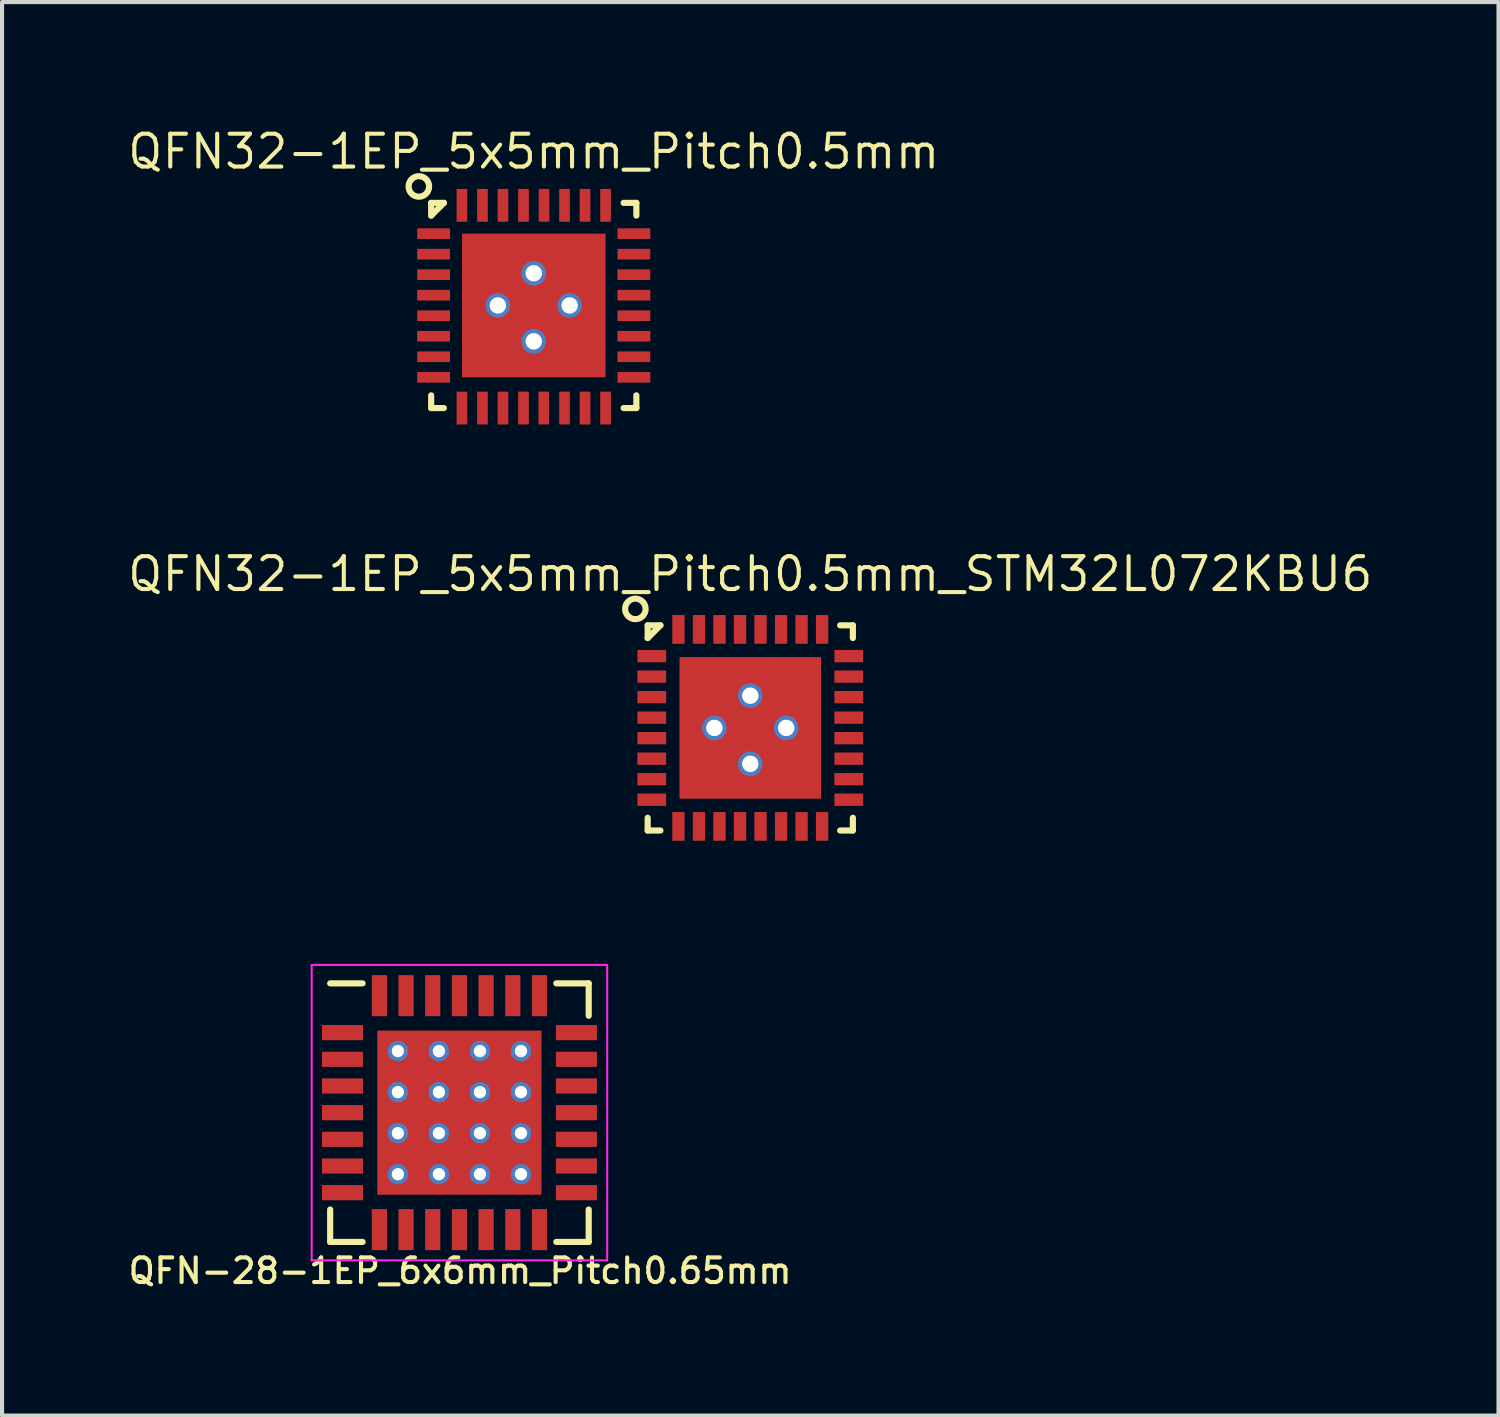
<source format=kicad_pcb>
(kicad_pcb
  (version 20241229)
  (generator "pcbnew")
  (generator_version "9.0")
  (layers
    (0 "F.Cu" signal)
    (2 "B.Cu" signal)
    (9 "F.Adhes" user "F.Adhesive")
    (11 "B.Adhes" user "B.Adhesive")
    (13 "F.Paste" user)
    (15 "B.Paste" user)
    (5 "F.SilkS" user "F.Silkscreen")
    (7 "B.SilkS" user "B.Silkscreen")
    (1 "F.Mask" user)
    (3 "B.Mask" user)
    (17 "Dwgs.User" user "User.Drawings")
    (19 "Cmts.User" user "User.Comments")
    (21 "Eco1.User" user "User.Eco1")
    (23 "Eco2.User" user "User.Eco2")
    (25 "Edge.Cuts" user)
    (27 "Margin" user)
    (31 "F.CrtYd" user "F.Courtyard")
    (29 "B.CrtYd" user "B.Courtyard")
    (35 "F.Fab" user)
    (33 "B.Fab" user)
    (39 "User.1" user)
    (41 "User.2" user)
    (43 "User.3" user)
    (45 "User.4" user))
  (footprint "QFN-28-1EP_6x6mm_Pitch0.65mm"
    (layer "F.Cu")
    (at 8.145 24.062)
    (property "Reference" "QFN-28-1EP_6x6mm_Pitch0.65mm" (at 0.016 3.855 180) (layer "F.SilkS") (effects (font (size 0.6 0.6) (thickness 0.1))))
    (attr smd)
    (fp_line (start -3.15 -3.15) (end -2.36 -3.15) (stroke (width 0.15) (type solid)) (layer "F.SilkS"))
    (fp_line (start -3.15 3.15) (end -3.15 2.36) (stroke (width 0.15) (type solid)) (layer "F.SilkS"))
    (fp_line (start -3.15 3.15) (end -2.36 3.15) (stroke (width 0.15) (type solid)) (layer "F.SilkS"))
    (fp_line (start 3.15 -3.15) (end 2.36 -3.15) (stroke (width 0.15) (type solid)) (layer "F.SilkS"))
    (fp_line (start 3.15 -3.15) (end 3.15 -2.36) (stroke (width 0.15) (type solid)) (layer "F.SilkS"))
    (fp_line (start 3.15 3.15) (end 2.36 3.15) (stroke (width 0.15) (type solid)) (layer "F.SilkS"))
    (fp_line (start 3.15 3.15) (end 3.15 2.36) (stroke (width 0.15) (type solid)) (layer "F.SilkS"))
    (fp_circle (center -1 -1) (end -0.85 -1) (stroke (width 0.5) (type solid)) (fill no) (layer "F.Paste"))
    (fp_circle (center -1 0) (end -0.85 0) (stroke (width 0.5) (type solid)) (fill no) (layer "F.Paste"))
    (fp_circle (center -1 1) (end -0.85 1) (stroke (width 0.5) (type solid)) (fill no) (layer "F.Paste"))
    (fp_circle (center 0 -1) (end 0.15 -1) (stroke (width 0.5) (type solid)) (fill no) (layer "F.Paste"))
    (fp_circle (center 0 0) (end 0.15 0) (stroke (width 0.5) (type solid)) (fill no) (layer "F.Paste"))
    (fp_circle (center 0 1) (end 0.15 1) (stroke (width 0.5) (type solid)) (fill no) (layer "F.Paste"))
    (fp_circle (center 1 -1) (end 1.15 -1) (stroke (width 0.5) (type solid)) (fill no) (layer "F.Paste"))
    (fp_circle (center 1 0) (end 1.15 0) (stroke (width 0.5) (type solid)) (fill no) (layer "F.Paste"))
    (fp_circle (center 1 1) (end 1.15 1) (stroke (width 0.5) (type solid)) (fill no) (layer "F.Paste"))
    (fp_line (start -3.6 -3.6) (end -3.6 3.6) (stroke (width 0.05) (type solid)) (layer "F.CrtYd"))
    (fp_line (start -3.6 -3.6) (end 3.6 -3.6) (stroke (width 0.05) (type solid)) (layer "F.CrtYd"))
    (fp_line (start -3.6 3.6) (end 3.6 3.6) (stroke (width 0.05) (type solid)) (layer "F.CrtYd"))
    (fp_line (start 3.6 -3.6) (end 3.6 3.6) (stroke (width 0.05) (type solid)) (layer "F.CrtYd"))
    (pad "1" smd rect (at -2.85 -1.95) (size 1 0.37) (layers "F.Cu" "F.Mask" "F.Paste"))
    (pad "2" smd rect (at -2.85 -1.3) (size 1 0.37) (layers "F.Cu" "F.Mask" "F.Paste"))
    (pad "3" smd rect (at -2.85 -0.65) (size 1 0.37) (layers "F.Cu" "F.Mask" "F.Paste"))
    (pad "4" smd rect (at -2.85 0) (size 1 0.37) (layers "F.Cu" "F.Mask" "F.Paste"))
    (pad "5" smd rect (at -2.85 0.65) (size 1 0.37) (layers "F.Cu" "F.Mask" "F.Paste"))
    (pad "6" smd rect (at -2.85 1.3) (size 1 0.37) (layers "F.Cu" "F.Mask" "F.Paste"))
    (pad "7" smd rect (at -2.85 1.95) (size 1 0.37) (layers "F.Cu" "F.Mask" "F.Paste"))
    (pad "8" smd rect (at -1.95 2.85 90) (size 1 0.37) (layers "F.Cu" "F.Mask" "F.Paste"))
    (pad "9" smd rect (at -1.3 2.85 90) (size 1 0.37) (layers "F.Cu" "F.Mask" "F.Paste"))
    (pad "10" smd rect (at -0.65 2.85 90) (size 1 0.37) (layers "F.Cu" "F.Mask" "F.Paste"))
    (pad "11" smd rect (at 0 2.85 90) (size 1 0.37) (layers "F.Cu" "F.Mask" "F.Paste"))
    (pad "12" smd rect (at 0.65 2.85 90) (size 1 0.37) (layers "F.Cu" "F.Mask" "F.Paste"))
    (pad "13" smd rect (at 1.3 2.85 90) (size 1 0.37) (layers "F.Cu" "F.Mask" "F.Paste"))
    (pad "14" smd rect (at 1.95 2.85 90) (size 1 0.37) (layers "F.Cu" "F.Mask" "F.Paste"))
    (pad "15" smd rect (at 2.85 1.95) (size 1 0.37) (layers "F.Cu" "F.Mask" "F.Paste"))
    (pad "16" smd rect (at 2.85 1.3) (size 1 0.37) (layers "F.Cu" "F.Mask" "F.Paste"))
    (pad "17" smd rect (at 2.85 0.65) (size 1 0.37) (layers "F.Cu" "F.Mask" "F.Paste"))
    (pad "18" smd rect (at 2.85 0) (size 1 0.37) (layers "F.Cu" "F.Mask" "F.Paste"))
    (pad "19" smd rect (at 2.85 -0.65) (size 1 0.37) (layers "F.Cu" "F.Mask" "F.Paste"))
    (pad "20" smd rect (at 2.85 -1.3) (size 1 0.37) (layers "F.Cu" "F.Mask" "F.Paste"))
    (pad "21" smd rect (at 2.85 -1.95) (size 1 0.37) (layers "F.Cu" "F.Mask" "F.Paste"))
    (pad "22" smd rect (at 1.95 -2.85 90) (size 1 0.37) (layers "F.Cu" "F.Mask" "F.Paste"))
    (pad "23" smd rect (at 1.3 -2.85 90) (size 1 0.37) (layers "F.Cu" "F.Mask" "F.Paste"))
    (pad "24" smd rect (at 0.65 -2.85 90) (size 1 0.37) (layers "F.Cu" "F.Mask" "F.Paste"))
    (pad "25" smd rect (at 0 -2.85 90) (size 1 0.37) (layers "F.Cu" "F.Mask" "F.Paste"))
    (pad "26" smd rect (at -0.65 -2.85 90) (size 1 0.37) (layers "F.Cu" "F.Mask" "F.Paste"))
    (pad "27" smd rect (at -1.3 -2.85 90) (size 1 0.37) (layers "F.Cu" "F.Mask" "F.Paste"))
    (pad "28" smd rect (at -1.95 -2.85 90) (size 1 0.37) (layers "F.Cu" "F.Mask" "F.Paste"))
    (pad "29" thru_hole circle (at -1.5 -1.5) (size 0.5 0.5) (drill 0.3) (layers "*.Cu" "F.Mask"))
    (pad "29" thru_hole circle (at -1.5 -0.5) (size 0.5 0.5) (drill 0.3) (layers "*.Cu" "F.Mask"))
    (pad "29" thru_hole circle (at -1.5 0.5) (size 0.5 0.5) (drill 0.3) (layers "*.Cu" "F.Mask"))
    (pad "29" thru_hole circle (at -1.5 1.5) (size 0.5 0.5) (drill 0.3) (layers "*.Cu" "F.Mask"))
    (pad "29" thru_hole circle (at -0.5 -1.5) (size 0.5 0.5) (drill 0.3) (layers "*.Cu" "F.Mask"))
    (pad "29" thru_hole circle (at -0.5 -0.5) (size 0.5 0.5) (drill 0.3) (layers "*.Cu" "F.Mask"))
    (pad "29" thru_hole circle (at -0.5 0.5) (size 0.5 0.5) (drill 0.3) (layers "*.Cu" "F.Mask"))
    (pad "29" thru_hole circle (at -0.5 1.5) (size 0.5 0.5) (drill 0.3) (layers "*.Cu" "F.Mask"))
    (pad "29" smd rect (at 0 0) (size 4 4) (layers "F.Cu" "F.Mask"))
    (pad "29" thru_hole circle (at 0.5 -1.5) (size 0.5 0.5) (drill 0.3) (layers "*.Cu" "F.Mask"))
    (pad "29" thru_hole circle (at 0.5 -0.5) (size 0.5 0.5) (drill 0.3) (layers "*.Cu" "F.Mask"))
    (pad "29" thru_hole circle (at 0.5 0.5) (size 0.5 0.5) (drill 0.3) (layers "*.Cu" "F.Mask"))
    (pad "29" thru_hole circle (at 0.5 1.5) (size 0.5 0.5) (drill 0.3) (layers "*.Cu" "F.Mask"))
    (pad "29" thru_hole circle (at 1.5 -1.5) (size 0.5 0.5) (drill 0.3) (layers "*.Cu" "F.Mask"))
    (pad "29" thru_hole circle (at 1.5 -0.5) (size 0.5 0.5) (drill 0.3) (layers "*.Cu" "F.Mask"))
    (pad "29" thru_hole circle (at 1.5 0.5) (size 0.5 0.5) (drill 0.3) (layers "*.Cu" "F.Mask"))
    (pad "29" thru_hole circle (at 1.5 1.5) (size 0.5 0.5) (drill 0.3) (layers "*.Cu" "F.Mask")))
  (footprint "QFN32-1EP_5x5mm_Pitch0.5mm_STM32L072KBU6"
    (layer "F.Cu")
    (at 15.232 14.687)
    (property "Reference" "QFN32-1EP_5x5mm_Pitch0.5mm_STM32L072KBU6" (at 0 -3.75 180) (layer "F.SilkS") (effects (font (size 0.8 0.8) (thickness 0.1))))
    (attr through_hole)
    (fp_line (start -2.5 -2.5) (end -2.19 -2.5) (stroke (width 0.15) (type solid)) (layer "F.SilkS"))
    (fp_line (start -2.5 -2.19) (end -2.5 -2.5) (stroke (width 0.15) (type solid)) (layer "F.SilkS"))
    (fp_line (start -2.5 -2.19) (end -2.19 -2.5) (stroke (width 0.15) (type solid)) (layer "F.SilkS"))
    (fp_line (start -2.5 2.5) (end -2.5 2.19) (stroke (width 0.15) (type solid)) (layer "F.SilkS"))
    (fp_line (start -2.19 2.5) (end -2.5 2.5) (stroke (width 0.15) (type solid)) (layer "F.SilkS"))
    (fp_line (start 2.19 -2.5) (end 2.5 -2.5) (stroke (width 0.15) (type solid)) (layer "F.SilkS"))
    (fp_line (start 2.5 -2.5) (end 2.5 -2.19) (stroke (width 0.15) (type solid)) (layer "F.SilkS"))
    (fp_line (start 2.5 2.19) (end 2.5 2.5) (stroke (width 0.15) (type solid)) (layer "F.SilkS"))
    (fp_line (start 2.5 2.5) (end 2.19 2.5) (stroke (width 0.15) (type solid)) (layer "F.SilkS"))
    (fp_circle (center -2.8 -2.9) (end -2.55 -2.9) (stroke (width 0.15) (type solid)) (fill no) (layer "F.SilkS"))
    (fp_line (start -2.5 -2.5) (end 2.5 -2.5) (stroke (width 0.15) (type solid)) (layer "Eco2.User"))
    (fp_line (start -2.5 2.5) (end -2.5 -2.5) (stroke (width 0.15) (type solid)) (layer "Eco2.User"))
    (fp_line (start 2.5 -2.5) (end 2.5 2.5) (stroke (width 0.15) (type solid)) (layer "Eco2.User"))
    (fp_line (start 2.5 2.5) (end -2.5 2.5) (stroke (width 0.15) (type solid)) (layer "Eco2.User"))
    (pad "1" smd rect (at -2.4 -1.75) (size 0.7 0.3) (layers "F.Cu" "F.Mask" "F.Paste"))
    (pad "2" smd rect (at -2.4 -1.25) (size 0.7 0.3) (layers "F.Cu" "F.Mask" "F.Paste"))
    (pad "3" smd rect (at -2.4 -0.75) (size 0.7 0.3) (layers "F.Cu" "F.Mask" "F.Paste"))
    (pad "4" smd rect (at -2.4 -0.25) (size 0.7 0.3) (layers "F.Cu" "F.Mask" "F.Paste"))
    (pad "5" smd rect (at -2.4 0.25) (size 0.7 0.3) (layers "F.Cu" "F.Mask" "F.Paste"))
    (pad "6" smd rect (at -2.4 0.75) (size 0.7 0.3) (layers "F.Cu" "F.Mask" "F.Paste"))
    (pad "7" smd rect (at -2.4 1.25) (size 0.7 0.3) (layers "F.Cu" "F.Mask" "F.Paste"))
    (pad "8" smd rect (at -2.4 1.75) (size 0.7 0.3) (layers "F.Cu" "F.Mask" "F.Paste"))
    (pad "9" smd rect (at -1.75 2.4 90) (size 0.7 0.3) (layers "F.Cu" "F.Mask" "F.Paste"))
    (pad "10" smd rect (at -1.25 2.4 90) (size 0.7 0.3) (layers "F.Cu" "F.Mask" "F.Paste"))
    (pad "11" smd rect (at -0.75 2.4 90) (size 0.7 0.3) (layers "F.Cu" "F.Mask" "F.Paste"))
    (pad "12" smd rect (at -0.25 2.4 90) (size 0.7 0.3) (layers "F.Cu" "F.Mask" "F.Paste"))
    (pad "13" smd rect (at 0.25 2.4 90) (size 0.7 0.3) (layers "F.Cu" "F.Mask" "F.Paste"))
    (pad "14" smd rect (at 0.75 2.4 90) (size 0.7 0.3) (layers "F.Cu" "F.Mask" "F.Paste"))
    (pad "15" smd rect (at 1.25 2.4 90) (size 0.7 0.3) (layers "F.Cu" "F.Mask" "F.Paste"))
    (pad "16" smd rect (at 1.75 2.4 90) (size 0.7 0.3) (layers "F.Cu" "F.Mask" "F.Paste"))
    (pad "17" smd rect (at 2.4 1.75) (size 0.7 0.3) (layers "F.Cu" "F.Mask" "F.Paste"))
    (pad "18" smd rect (at 2.4 1.25) (size 0.7 0.3) (layers "F.Cu" "F.Mask" "F.Paste"))
    (pad "19" smd rect (at 2.4 0.75) (size 0.7 0.3) (layers "F.Cu" "F.Mask" "F.Paste"))
    (pad "20" smd rect (at 2.4 0.25) (size 0.7 0.3) (layers "F.Cu" "F.Mask" "F.Paste"))
    (pad "21" smd rect (at 2.4 -0.25) (size 0.7 0.3) (layers "F.Cu" "F.Mask" "F.Paste"))
    (pad "22" smd rect (at 2.4 -0.75) (size 0.7 0.3) (layers "F.Cu" "F.Mask" "F.Paste"))
    (pad "23" smd rect (at 2.4 -1.25) (size 0.7 0.3) (layers "F.Cu" "F.Mask" "F.Paste"))
    (pad "24" smd rect (at 2.4 -1.75) (size 0.7 0.3) (layers "F.Cu" "F.Mask" "F.Paste"))
    (pad "25" smd rect (at 1.75 -2.4 90) (size 0.7 0.3) (layers "F.Cu" "F.Mask" "F.Paste"))
    (pad "26" smd rect (at 1.25 -2.4 90) (size 0.7 0.3) (layers "F.Cu" "F.Mask" "F.Paste"))
    (pad "27" smd rect (at 0.75 -2.4 90) (size 0.7 0.3) (layers "F.Cu" "F.Mask" "F.Paste"))
    (pad "28" smd rect (at 0.25 -2.4 90) (size 0.7 0.3) (layers "F.Cu" "F.Mask" "F.Paste"))
    (pad "29" smd rect (at -0.25 -2.4 90) (size 0.7 0.3) (layers "F.Cu" "F.Mask" "F.Paste"))
    (pad "30" smd rect (at -0.75 -2.4 90) (size 0.7 0.3) (layers "F.Cu" "F.Mask" "F.Paste"))
    (pad "31" smd rect (at -1.25 -2.4 90) (size 0.7 0.3) (layers "F.Cu" "F.Mask" "F.Paste"))
    (pad "32" smd rect (at -1.75 -2.4 90) (size 0.7 0.3) (layers "F.Cu" "F.Mask" "F.Paste"))
    (pad "33" smd rect (at -0.875 -0.875 90) (size 1.3 1.3) (layers "F.Cu" "F.Paste"))
    (pad "33" thru_hole circle (at -0.875 0 90) (size 0.6 0.6) (drill 0.4) (layers "*.Cu"))
    (pad "33" smd rect (at -0.875 0.875 90) (size 1.3 1.3) (layers "F.Cu" "F.Paste"))
    (pad "33" thru_hole circle (at 0 -0.785 90) (size 0.6 0.6) (drill 0.4) (layers "*.Cu"))
    (pad "33" smd rect (at 0 0 90) (size 3.45 3.45) (layers "F.Cu" "F.Mask"))
    (pad "33" thru_hole circle (at 0 0.875 90) (size 0.6 0.6) (drill 0.4) (layers "*.Cu"))
    (pad "33" smd rect (at 0.875 -0.875 90) (size 1.3 1.3) (layers "F.Cu" "F.Paste"))
    (pad "33" thru_hole circle (at 0.875 0 90) (size 0.6 0.6) (drill 0.4) (layers "*.Cu"))
    (pad "33" smd rect (at 0.875 0.875 90) (size 1.3 1.3) (layers "F.Cu" "F.Paste")))
  (footprint "QFN32-1EP_5x5mm_Pitch0.5mm"
    (layer "F.Cu")
    (at 9.956 4.393)
    (property "Reference" "QFN32-1EP_5x5mm_Pitch0.5mm" (at 0 -3.75 180) (layer "F.SilkS") (effects (font (size 0.8 0.8) (thickness 0.1))))
    (attr through_hole)
    (fp_line (start -2.5 -2.5) (end -2.19 -2.5) (stroke (width 0.15) (type solid)) (layer "F.SilkS"))
    (fp_line (start -2.5 -2.19) (end -2.5 -2.5) (stroke (width 0.15) (type solid)) (layer "F.SilkS"))
    (fp_line (start -2.5 -2.19) (end -2.19 -2.5) (stroke (width 0.15) (type solid)) (layer "F.SilkS"))
    (fp_line (start -2.5 2.5) (end -2.5 2.19) (stroke (width 0.15) (type solid)) (layer "F.SilkS"))
    (fp_line (start -2.19 2.5) (end -2.5 2.5) (stroke (width 0.15) (type solid)) (layer "F.SilkS"))
    (fp_line (start 2.19 -2.5) (end 2.5 -2.5) (stroke (width 0.15) (type solid)) (layer "F.SilkS"))
    (fp_line (start 2.5 -2.5) (end 2.5 -2.19) (stroke (width 0.15) (type solid)) (layer "F.SilkS"))
    (fp_line (start 2.5 2.19) (end 2.5 2.5) (stroke (width 0.15) (type solid)) (layer "F.SilkS"))
    (fp_line (start 2.5 2.5) (end 2.19 2.5) (stroke (width 0.15) (type solid)) (layer "F.SilkS"))
    (fp_circle (center -2.8 -2.9) (end -2.55 -2.9) (stroke (width 0.15) (type solid)) (fill no) (layer "F.SilkS"))
    (fp_line (start -2.5 -2.5) (end 2.5 -2.5) (stroke (width 0.15) (type solid)) (layer "Eco2.User"))
    (fp_line (start -2.5 2.5) (end -2.5 -2.5) (stroke (width 0.15) (type solid)) (layer "Eco2.User"))
    (fp_line (start 2.5 -2.5) (end 2.5 2.5) (stroke (width 0.15) (type solid)) (layer "Eco2.User"))
    (fp_line (start 2.5 2.5) (end -2.5 2.5) (stroke (width 0.15) (type solid)) (layer "Eco2.User"))
    (pad "1" smd rect (at -2.44 -1.75) (size 0.8 0.26) (layers "F.Cu" "F.Mask" "F.Paste"))
    (pad "2" smd rect (at -2.44 -1.25) (size 0.8 0.26) (layers "F.Cu" "F.Mask" "F.Paste"))
    (pad "3" smd rect (at -2.44 -0.75) (size 0.8 0.26) (layers "F.Cu" "F.Mask" "F.Paste"))
    (pad "4" smd rect (at -2.44 -0.25) (size 0.8 0.26) (layers "F.Cu" "F.Mask" "F.Paste"))
    (pad "5" smd rect (at -2.44 0.25) (size 0.8 0.26) (layers "F.Cu" "F.Mask" "F.Paste"))
    (pad "6" smd rect (at -2.44 0.75) (size 0.8 0.26) (layers "F.Cu" "F.Mask" "F.Paste"))
    (pad "7" smd rect (at -2.44 1.25) (size 0.8 0.26) (layers "F.Cu" "F.Mask" "F.Paste"))
    (pad "8" smd rect (at -2.44 1.75) (size 0.8 0.26) (layers "F.Cu" "F.Mask" "F.Paste"))
    (pad "9" smd rect (at -1.75 2.5 90) (size 0.8 0.26) (layers "F.Cu" "F.Mask" "F.Paste"))
    (pad "10" smd rect (at -1.25 2.5 90) (size 0.8 0.26) (layers "F.Cu" "F.Mask" "F.Paste"))
    (pad "11" smd rect (at -0.75 2.5 90) (size 0.8 0.26) (layers "F.Cu" "F.Mask" "F.Paste"))
    (pad "12" smd rect (at -0.25 2.5 90) (size 0.8 0.26) (layers "F.Cu" "F.Mask" "F.Paste"))
    (pad "13" smd rect (at 0.244 2.5 90) (size 0.8 0.26) (layers "F.Cu" "F.Mask" "F.Paste"))
    (pad "14" smd rect (at 0.75 2.5 90) (size 0.8 0.26) (layers "F.Cu" "F.Mask" "F.Paste"))
    (pad "15" smd rect (at 1.25 2.5 90) (size 0.8 0.26) (layers "F.Cu" "F.Mask" "F.Paste"))
    (pad "16" smd rect (at 1.75 2.5 90) (size 0.8 0.26) (layers "F.Cu" "F.Mask" "F.Paste"))
    (pad "17" smd rect (at 2.44 1.75) (size 0.8 0.26) (layers "F.Cu" "F.Mask" "F.Paste"))
    (pad "18" smd rect (at 2.44 1.25) (size 0.8 0.26) (layers "F.Cu" "F.Mask" "F.Paste"))
    (pad "19" smd rect (at 2.44 0.75) (size 0.8 0.26) (layers "F.Cu" "F.Mask" "F.Paste"))
    (pad "20" smd rect (at 2.44 0.25) (size 0.8 0.26) (layers "F.Cu" "F.Mask" "F.Paste"))
    (pad "21" smd rect (at 2.44 -0.25) (size 0.8 0.26) (layers "F.Cu" "F.Mask" "F.Paste"))
    (pad "22" smd rect (at 2.44 -0.75) (size 0.8 0.26) (layers "F.Cu" "F.Mask" "F.Paste"))
    (pad "23" smd rect (at 2.44 -1.25) (size 0.8 0.26) (layers "F.Cu" "F.Mask" "F.Paste"))
    (pad "24" smd rect (at 2.44 -1.75) (size 0.8 0.26) (layers "F.Cu" "F.Mask" "F.Paste"))
    (pad "25" smd rect (at 1.75 -2.44 90) (size 0.8 0.26) (layers "F.Cu" "F.Mask" "F.Paste"))
    (pad "26" smd rect (at 1.25 -2.44 90) (size 0.8 0.26) (layers "F.Cu" "F.Mask" "F.Paste"))
    (pad "27" smd rect (at 0.75 -2.44 90) (size 0.8 0.26) (layers "F.Cu" "F.Mask" "F.Paste"))
    (pad "28" smd rect (at 0.25 -2.44 90) (size 0.8 0.26) (layers "F.Cu" "F.Mask" "F.Paste"))
    (pad "29" smd rect (at -0.25 -2.44 90) (size 0.8 0.26) (layers "F.Cu" "F.Mask" "F.Paste"))
    (pad "30" smd rect (at -0.75 -2.44 90) (size 0.8 0.26) (layers "F.Cu" "F.Mask" "F.Paste"))
    (pad "31" smd rect (at -1.25 -2.44 90) (size 0.8 0.26) (layers "F.Cu" "F.Mask" "F.Paste"))
    (pad "32" smd rect (at -1.75 -2.44 90) (size 0.8 0.26) (layers "F.Cu" "F.Mask" "F.Paste"))
    (pad "33" smd rect (at -0.875 -0.875 90) (size 1.3 1.3) (layers "F.Cu" "F.Paste"))
    (pad "33" thru_hole circle (at -0.875 0 90) (size 0.6 0.6) (drill 0.4) (layers "*.Cu"))
    (pad "33" smd rect (at -0.875 0.875 90) (size 1.3 1.3) (layers "F.Cu" "F.Paste"))
    (pad "33" thru_hole circle (at 0 -0.785 90) (size 0.6 0.6) (drill 0.4) (layers "*.Cu"))
    (pad "33" smd rect (at 0 0 90) (size 3.5 3.5) (layers "F.Cu" "F.Mask"))
    (pad "33" thru_hole circle (at 0 0.875 90) (size 0.6 0.6) (drill 0.4) (layers "*.Cu"))
    (pad "33" smd rect (at 0.875 -0.875 90) (size 1.3 1.3) (layers "F.Cu" "F.Paste"))
    (pad "33" thru_hole circle (at 0.875 0 90) (size 0.6 0.6) (drill 0.4) (layers "*.Cu"))
    (pad "33" smd rect (at 0.875 0.875 90) (size 1.3 1.3) (layers "F.Cu" "F.Paste")))
  (gr_rect
    (start -3 -3)
    (end 33.464 31.443)
    (stroke (width 0.1) (type default))
    (fill no)
    (layer "Edge.Cuts")))
</source>
